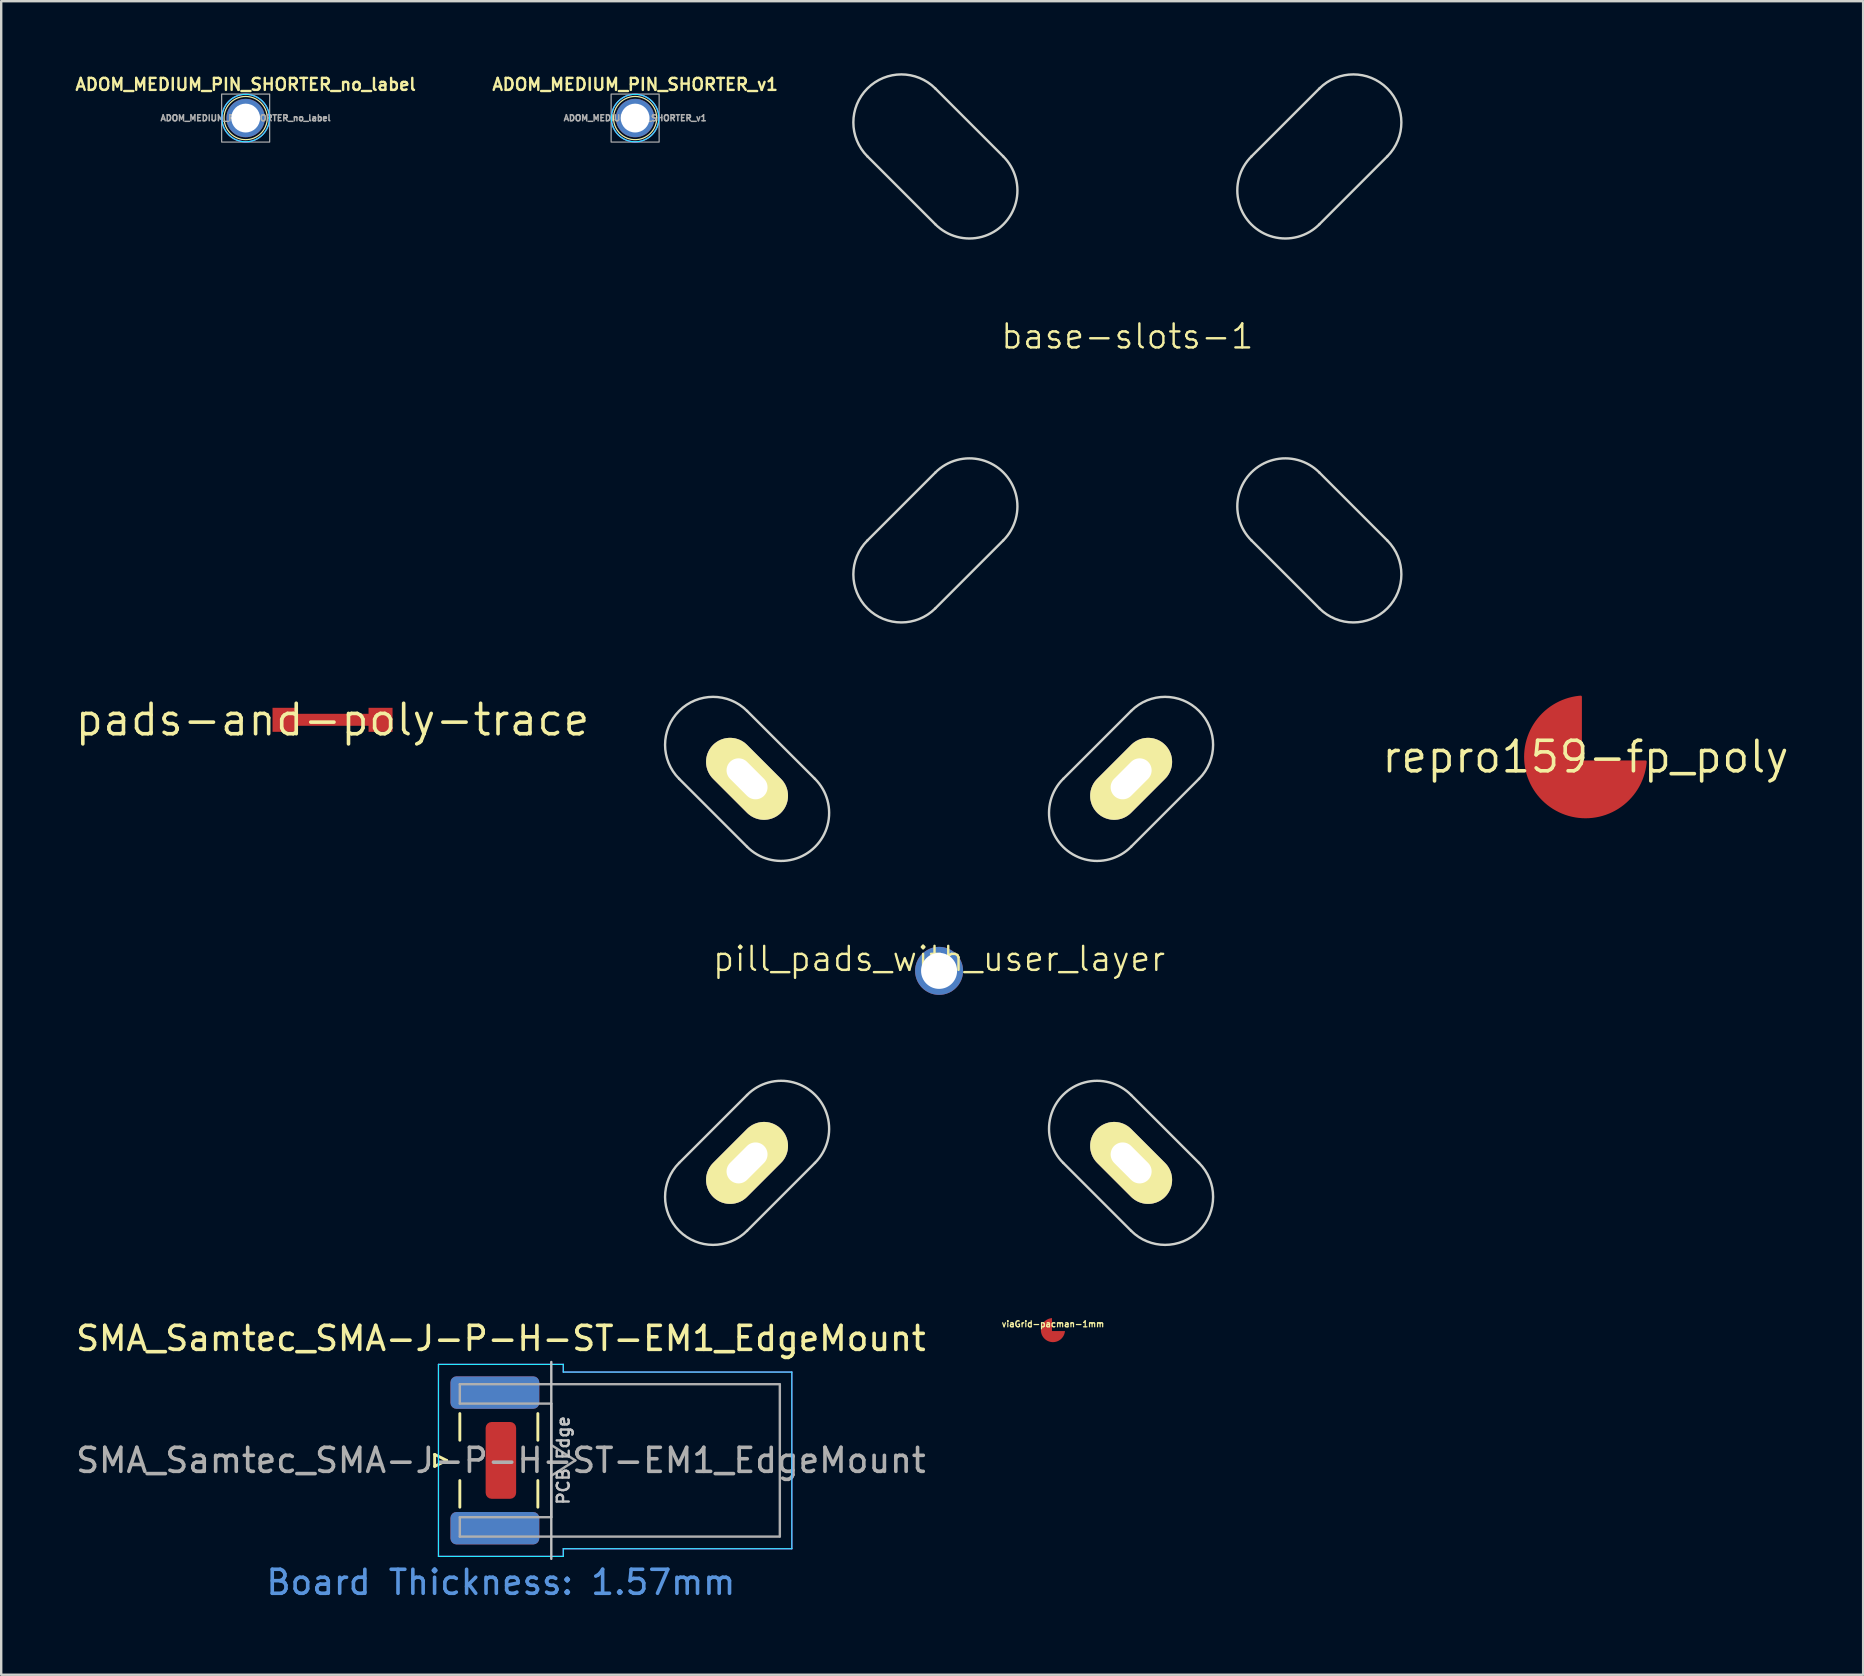
<source format=kicad_pcb>
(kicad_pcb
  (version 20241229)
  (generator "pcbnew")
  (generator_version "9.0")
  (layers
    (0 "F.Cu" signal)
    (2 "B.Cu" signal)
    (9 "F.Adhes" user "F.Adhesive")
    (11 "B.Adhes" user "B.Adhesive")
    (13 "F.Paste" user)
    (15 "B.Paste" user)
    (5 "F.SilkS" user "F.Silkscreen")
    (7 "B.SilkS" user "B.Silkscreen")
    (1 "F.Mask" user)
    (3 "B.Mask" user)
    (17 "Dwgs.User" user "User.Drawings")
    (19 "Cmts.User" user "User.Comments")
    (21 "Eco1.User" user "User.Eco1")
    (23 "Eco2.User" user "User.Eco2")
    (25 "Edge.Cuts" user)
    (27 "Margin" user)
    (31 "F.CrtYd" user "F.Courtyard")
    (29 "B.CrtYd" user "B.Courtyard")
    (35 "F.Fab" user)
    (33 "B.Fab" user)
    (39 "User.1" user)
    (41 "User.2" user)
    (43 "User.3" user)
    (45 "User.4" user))
  (footprint "pads-and-poly-trace"
    (layer "F.Cu")
    (at 10.802 26.935)
    (property "Reference" "pads-and-poly-trace" (at 0 0 0) (layer "F.SilkS") (effects (font (size 1.27 1.27) (thickness 0.15))))
    (attr through_hole)
    (fp_poly (pts (xy -1.6 0.2) (xy -1.6 -0.2) (xy 1.6 -0.2) (xy 1.6 0.2)) (stroke (width 0.1) (type solid)) (fill yes) (layer "F.Cu"))
    (pad "1" smd rect (at -2 0) (size 1 1) (layers "F.Cu"))
    (pad "2" smd rect (at 2 0) (size 1 1) (layers "F.Cu")))
  (footprint "repro159-fp_poly"
    (layer "F.Cu")
    (at 62.997 28.478)
    (property "Reference" "repro159-fp_poly" (at 0 0 0) (layer "F.SilkS") (effects (font (size 1.27 1.27) (thickness 0.15))))
    (attr through_hole)
    (fp_poly (pts (xy 2.5 0.2) (xy -0.2 0.2) (xy -0.2 -2.5) (arc (start -0.199999 -2.5) (mid -1.773415 1.773415) (end 2.5 0.199999))) (stroke (width 0.1) (type solid)) (fill yes) (layer "F.Cu")))
  (footprint "pill_pads_with_user_layer"
    (layer "F.Cu")
    (at 36.069 37.393)
    (property "Reference" "pill_pads_with_user_layer" (at 0 -0.5 0) (unlocked yes) (layer "F.SilkS") (effects (font (size 1 1) (thickness 0.1))))
    (fp_line (start -8 -5.172) (end -10.828 -8) (stroke (width 0.1) (type default)) (layer "Edge.Cuts"))
    (fp_line (start -8 5.172) (end -10.828 8) (stroke (width 0.1) (type default)) (layer "Edge.Cuts"))
    (fp_line (start -5.172 -8) (end -8 -10.828) (stroke (width 0.1) (type default)) (layer "Edge.Cuts"))
    (fp_line (start -5.172 8) (end -8 10.828) (stroke (width 0.1) (type default)) (layer "Edge.Cuts"))
    (fp_line (start 5.172 -8) (end 8 -10.828) (stroke (width 0.1) (type default)) (layer "Edge.Cuts"))
    (fp_line (start 5.172 8) (end 8 10.828) (stroke (width 0.1) (type default)) (layer "Edge.Cuts"))
    (fp_line (start 8 -5.172) (end 10.828 -8) (stroke (width 0.1) (type default)) (layer "Edge.Cuts"))
    (fp_line (start 8 5.172) (end 10.828 8) (stroke (width 0.1) (type default)) (layer "Edge.Cuts"))
    (fp_arc (start -10.828456 -8.000029) (mid -10.828457 -10.828457) (end -8.000029 -10.828456) (stroke (width 0.1) (type default)) (layer "Edge.Cuts"))
    (fp_arc (start -8.000029 5.171602) (mid -5.171601 5.171601) (end -5.171602 8.000029) (stroke (width 0.1) (type default)) (layer "Edge.Cuts"))
    (fp_arc (start -8.000029 10.828456) (mid -10.828457 10.828457) (end -10.828456 8.000029) (stroke (width 0.1) (type default)) (layer "Edge.Cuts"))
    (fp_arc (start -5.171602 -8.000029) (mid -5.171601 -5.171601) (end -8.000029 -5.171602) (stroke (width 0.1) (type default)) (layer "Edge.Cuts"))
    (fp_arc (start 5.171602 8.000029) (mid 5.171601 5.171601) (end 8.000029 5.171602) (stroke (width 0.1) (type default)) (layer "Edge.Cuts"))
    (fp_arc (start 8.000029 -10.828456) (mid 10.828457 -10.828457) (end 10.828456 -8.000029) (stroke (width 0.1) (type default)) (layer "Edge.Cuts"))
    (fp_arc (start 8.000029 -5.171602) (mid 5.171601 -5.171601) (end 5.171602 -8.000029) (stroke (width 0.1) (type default)) (layer "Edge.Cuts"))
    (fp_arc (start 10.828456 8.000029) (mid 10.828457 10.828457) (end 8.000029 10.828456) (stroke (width 0.1) (type default)) (layer "Edge.Cuts"))
    (fp_line (start 9.314 -2) (end 13.314 -2) (stroke (width 0.1) (type default)) (layer "User.2"))
    (fp_line (start 9.314 2) (end 13.314 2) (stroke (width 0.1) (type default)) (layer "User.2"))
    (fp_arc (start 9.31375 2) (mid 7.31375 0) (end 9.31375 -2) (stroke (width 0.1) (type default)) (layer "User.2"))
    (fp_arc (start 13.31375 -2) (mid 15.31375 0) (end 13.31375 2) (stroke (width 0.1) (type default)) (layer "User.2"))
    (fp_circle (center 0 0) (end 1.375 0) (stroke (width 0.1) (type default)) (fill no) (layer "User.2"))
    (pad "1" thru_hole oval (at -8 -8 45) (size 2 4) (drill oval 1 2) (layers "*.Cu" "*.Mask" "F.SilkS"))
    (pad "2" thru_hole oval (at 8 -8 135) (size 2 4) (drill oval 1 2) (layers "*.Cu" "*.Mask" "F.SilkS"))
    (pad "3" thru_hole oval (at 8 8 225) (size 2 4) (drill oval 1 2) (layers "*.Cu" "*.Mask" "F.SilkS"))
    (pad "4" thru_hole oval (at -8 8 315) (size 2 4) (drill oval 1 2) (layers "*.Cu" "*.Mask" "F.SilkS"))
    (pad "5" thru_hole circle (at 0 0) (size 2 2) (drill 1.5) (layers "*.Cu" "*.Mask")))
  (footprint "viaGrid-pacman-1mm"
    (layer "F.Cu")
    (at 40.812 52.357)
    (property "Reference" "viaGrid-pacman-1mm" (at 0 -0.25 0) (unlocked yes) (layer "F.SilkS") (effects (font (size 0.25 0.25) (thickness 0.05))))
    (attr smd)
    (fp_poly (pts (arc (start -0.04 -0.5) (mid -0.354683 0.354683) (end 0.5 0.04)) (xy -0.04 0.04) (xy -0.04 -0.5)) (stroke (width 0) (type solid)) (fill yes) (layer "F.Cu")))
  (footprint "SMA_Samtec_SMA-J-P-H-ST-EM1_EdgeMount"
    (layer "F.Cu")
    (at 17.815 57.785)
    (property "Reference" "SMA_Samtec_SMA-J-P-H-ST-EM1_EdgeMount" (at 0 -5.08 180) (layer "F.SilkS") (effects (font (size 1 1) (thickness 0.15))))
    (attr smd)
    (fp_line (start -2.76 -0.25) (end -2.76 0.25) (stroke (width 0.12) (type solid)) (layer "F.SilkS"))
    (fp_line (start -2.76 0.25) (end -2.26 0) (stroke (width 0.12) (type solid)) (layer "F.SilkS"))
    (fp_line (start -2.26 0) (end -2.76 -0.25) (stroke (width 0.12) (type solid)) (layer "F.SilkS"))
    (fp_line (start -1.71 -0.84) (end -1.71 -1.95) (stroke (width 0.12) (type solid)) (layer "F.SilkS"))
    (fp_line (start -1.71 1.95) (end -1.71 0.84) (stroke (width 0.12) (type solid)) (layer "F.SilkS"))
    (fp_line (start 1.54 -0.84) (end 1.54 -1.95) (stroke (width 0.12) (type solid)) (layer "F.SilkS"))
    (fp_line (start 1.54 1.95) (end 1.54 0.84) (stroke (width 0.12) (type solid)) (layer "F.SilkS"))
    (fp_line (start 2.1 -4.1) (end 2.1 4.1) (stroke (width 0.1) (type solid)) (layer "Dwgs.User"))
    (fp_line (start -2.6 4) (end -2.6 -4) (stroke (width 0.05) (type solid)) (layer "B.CrtYd"))
    (fp_line (start 2.6 -4) (end -2.6 -4) (stroke (width 0.05) (type solid)) (layer "B.CrtYd"))
    (fp_line (start 2.6 -4) (end 2.6 -3.68) (stroke (width 0.05) (type solid)) (layer "B.CrtYd"))
    (fp_line (start 2.6 -3.68) (end 12.12 -3.68) (stroke (width 0.05) (type solid)) (layer "B.CrtYd"))
    (fp_line (start 2.6 3.68) (end 2.6 4) (stroke (width 0.05) (type solid)) (layer "B.CrtYd"))
    (fp_line (start 2.6 4) (end -2.6 4) (stroke (width 0.05) (type solid)) (layer "B.CrtYd"))
    (fp_line (start 12.12 -3.68) (end 12.12 3.68) (stroke (width 0.05) (type solid)) (layer "B.CrtYd"))
    (fp_line (start 12.12 3.68) (end 2.6 3.68) (stroke (width 0.05) (type solid)) (layer "B.CrtYd"))
    (fp_line (start -2.6 4) (end -2.6 -4) (stroke (width 0.05) (type solid)) (layer "F.CrtYd"))
    (fp_line (start 2.6 -4) (end -2.6 -4) (stroke (width 0.05) (type solid)) (layer "F.CrtYd"))
    (fp_line (start 2.6 -3.68) (end 2.6 -4) (stroke (width 0.05) (type solid)) (layer "F.CrtYd"))
    (fp_line (start 2.6 -3.68) (end 12.12 -3.68) (stroke (width 0.05) (type solid)) (layer "F.CrtYd"))
    (fp_line (start 2.6 3.68) (end 2.6 4) (stroke (width 0.05) (type solid)) (layer "F.CrtYd"))
    (fp_line (start 2.6 4) (end -2.6 4) (stroke (width 0.05) (type solid)) (layer "F.CrtYd"))
    (fp_line (start 12.12 -3.68) (end 12.12 3.68) (stroke (width 0.05) (type solid)) (layer "F.CrtYd"))
    (fp_line (start 12.12 3.68) (end 2.6 3.68) (stroke (width 0.05) (type solid)) (layer "F.CrtYd"))
    (fp_line (start -1.71 -3.175) (end -1.71 -2.365) (stroke (width 0.1) (type solid)) (layer "F.Fab"))
    (fp_line (start -1.71 -3.175) (end 11.62 -3.175) (stroke (width 0.1) (type solid)) (layer "F.Fab"))
    (fp_line (start -1.71 -2.365) (end 2.1 -2.365) (stroke (width 0.1) (type solid)) (layer "F.Fab"))
    (fp_line (start -1.71 2.365) (end -1.71 3.175) (stroke (width 0.1) (type solid)) (layer "F.Fab"))
    (fp_line (start -1.71 3.175) (end 11.62 3.175) (stroke (width 0.1) (type solid)) (layer "F.Fab"))
    (fp_line (start 2.1 -2.365) (end 2.1 2.365) (stroke (width 0.1) (type solid)) (layer "F.Fab"))
    (fp_line (start 2.1 -0.64) (end 3.1 0) (stroke (width 0.1) (type solid)) (layer "F.Fab"))
    (fp_line (start 2.1 2.365) (end -1.71 2.365) (stroke (width 0.1) (type solid)) (layer "F.Fab"))
    (fp_line (start 3.1 0) (end 2.1 0.64) (stroke (width 0.1) (type solid)) (layer "F.Fab"))
    (fp_line (start 11.62 -3.165) (end 11.62 3.165) (stroke (width 0.1) (type solid)) (layer "F.Fab"))
    (fp_text user "PCB Edge" (at 2.6 0 90) (layer "Dwgs.User") (effects (font (size 0.5 0.5) (thickness 0.1))))
    (fp_text user "Board Thickness: 1.57mm" (at 0 5.08 0) (layer "Cmts.User") (effects (font (size 1 1) (thickness 0.15))))
    (fp_text user "${REFERENCE}" (at 0 0 0) (layer "F.Fab") (effects (font (size 1 1) (thickness 0.15))))
    (pad "1" smd roundrect (at 0 0) (size 1.27 3.2) (layers "F.Cu" "F.Mask") (roundrect_rratio 0.197))
    (pad "2" smd roundrect (at -0.25 -2.825 90) (size 1.35 3.7) (layers "F.Cu" "F.Mask") (roundrect_rratio 0.185))
    (pad "2" smd roundrect (at -0.25 -2.825 90) (size 1.35 3.7) (layers "B.Cu" "B.Mask") (roundrect_rratio 0.185))
    (pad "2" smd roundrect (at -0.25 2.825 90) (size 1.35 3.7) (layers "F.Cu" "F.Mask") (roundrect_rratio 0.185))
    (pad "2" smd roundrect (at -0.25 2.825 90) (size 1.35 3.7) (layers "B.Cu" "B.Mask") (roundrect_rratio 0.185)))
  (footprint "base-slots-1"
    (layer "F.Cu")
    (at 43.912 11.464)
    (property "Reference" "base-slots-1" (at 0 -0.5 0) (unlocked yes) (layer "F.SilkS") (effects (font (size 1 1) (thickness 0.1))))
    (fp_line (start -8 -5.172) (end -10.828 -8) (stroke (width 0.1) (type default)) (layer "Edge.Cuts"))
    (fp_line (start -8 5.172) (end -10.828 8) (stroke (width 0.1) (type default)) (layer "Edge.Cuts"))
    (fp_line (start -5.172 -8) (end -8 -10.828) (stroke (width 0.1) (type default)) (layer "Edge.Cuts"))
    (fp_line (start -5.172 8) (end -8 10.828) (stroke (width 0.1) (type default)) (layer "Edge.Cuts"))
    (fp_line (start 5.172 -8) (end 8 -10.828) (stroke (width 0.1) (type default)) (layer "Edge.Cuts"))
    (fp_line (start 5.172 8) (end 8 10.828) (stroke (width 0.1) (type default)) (layer "Edge.Cuts"))
    (fp_line (start 8 -5.172) (end 10.828 -8) (stroke (width 0.1) (type default)) (layer "Edge.Cuts"))
    (fp_line (start 8 5.172) (end 10.828 8) (stroke (width 0.1) (type default)) (layer "Edge.Cuts"))
    (fp_arc (start -10.828456 -8.000029) (mid -10.828457 -10.828457) (end -8.000029 -10.828456) (stroke (width 0.1) (type default)) (layer "Edge.Cuts"))
    (fp_arc (start -8.000029 5.171602) (mid -5.171601 5.171601) (end -5.171602 8.000029) (stroke (width 0.1) (type default)) (layer "Edge.Cuts"))
    (fp_arc (start -8.000029 10.828456) (mid -10.828457 10.828457) (end -10.828456 8.000029) (stroke (width 0.1) (type default)) (layer "Edge.Cuts"))
    (fp_arc (start -5.171602 -8.000029) (mid -5.171601 -5.171601) (end -8.000029 -5.171602) (stroke (width 0.1) (type default)) (layer "Edge.Cuts"))
    (fp_arc (start 5.171602 8.000029) (mid 5.171601 5.171601) (end 8.000029 5.171602) (stroke (width 0.1) (type default)) (layer "Edge.Cuts"))
    (fp_arc (start 8.000029 -10.828456) (mid 10.828457 -10.828457) (end 10.828456 -8.000029) (stroke (width 0.1) (type default)) (layer "Edge.Cuts"))
    (fp_arc (start 8.000029 -5.171602) (mid 5.171601 -5.171601) (end 5.171602 -8.000029) (stroke (width 0.1) (type default)) (layer "Edge.Cuts"))
    (fp_arc (start 10.828456 8.000029) (mid 10.828457 10.828457) (end 8.000029 10.828456) (stroke (width 0.1) (type default)) (layer "Edge.Cuts"))
    (fp_line (start 9.314 -2) (end 13.314 -2) (stroke (width 0.1) (type default)) (layer "User.2"))
    (fp_line (start 9.314 2) (end 13.314 2) (stroke (width 0.1) (type default)) (layer "User.2"))
    (fp_arc (start 9.31375 2) (mid 7.31375 0) (end 9.31375 -2) (stroke (width 0.1) (type default)) (layer "User.2"))
    (fp_arc (start 13.31375 -2) (mid 15.31375 0) (end 13.31375 2) (stroke (width 0.1) (type default)) (layer "User.2"))
    (fp_circle (center 0 0) (end 1.375 0) (stroke (width 0.1) (type default)) (fill no) (layer "User.2")))
  (footprint "ADOM_MEDIUM_PIN_SHORTER_no_label"
    (layer "F.Cu")
    (at 7.183 1.868)
    (property "Reference" "ADOM_MEDIUM_PIN_SHORTER_no_label" (at 0 -1.4 0) (unlocked yes) (layer "F.SilkS") (effects (font (size 0.5 0.5) (thickness 0.1))))
    (attr through_hole exclude_from_pos_files)
    (fp_circle (center 0 0) (end 0.9 0) (stroke (width 0.05) (type default)) (fill no) (layer "F.SilkS"))
    (fp_circle (center 0 0) (end 0.99 0) (stroke (width 0.05) (type default)) (fill no) (layer "B.CrtYd"))
    (fp_circle (center 0 0) (end 0.99 0) (stroke (width 0.05) (type default)) (fill no) (layer "F.CrtYd"))
    (fp_rect (start -1 -1) (end 1 1) (stroke (width 0.05) (type default)) (fill no) (layer "F.Fab"))
    (fp_text user "${REFERENCE}" (at 0 0 0) (unlocked yes) (layer "F.Fab") (effects (font (size 0.25 0.25) (thickness 0.062) (bold yes))))
    (pad "" thru_hole circle (at 0 0) (size 1.6 1.6) (drill 1.2) (layers "*.Cu" "*.Mask")))
  (footprint "ADOM_MEDIUM_PIN_SHORTER_v1"
    (layer "F.Cu")
    (at 23.407 1.868)
    (property "Reference" "ADOM_MEDIUM_PIN_SHORTER_v1" (at 0 -1.4 0) (unlocked yes) (layer "F.SilkS") (effects (font (size 0.5 0.5) (thickness 0.1))))
    (attr through_hole exclude_from_pos_files)
    (fp_circle (center 0 0) (end 0.9 0) (stroke (width 0.05) (type default)) (fill no) (layer "F.SilkS"))
    (fp_circle (center 0 0) (end 0.99 0) (stroke (width 0.05) (type default)) (fill no) (layer "B.CrtYd"))
    (fp_circle (center 0 0) (end 0.99 0) (stroke (width 0.05) (type default)) (fill no) (layer "F.CrtYd"))
    (fp_rect (start -1 -1) (end 1 1) (stroke (width 0.05) (type default)) (fill no) (layer "F.Fab"))
    (fp_text user "${REFERENCE}" (at 0 0 0) (unlocked yes) (layer "F.Fab") (effects (font (size 0.25 0.25) (thickness 0.062) (bold yes))))
    (pad "1" thru_hole circle (at 0 0) (size 1.6 1.6) (drill 1.2) (layers "*.Cu" "*.Mask")))
  (gr_rect
    (start -3 -3)
    (end 74.562 66.713)
    (stroke (width 0.1) (type default))
    (fill no)
    (layer "Edge.Cuts")))
</source>
